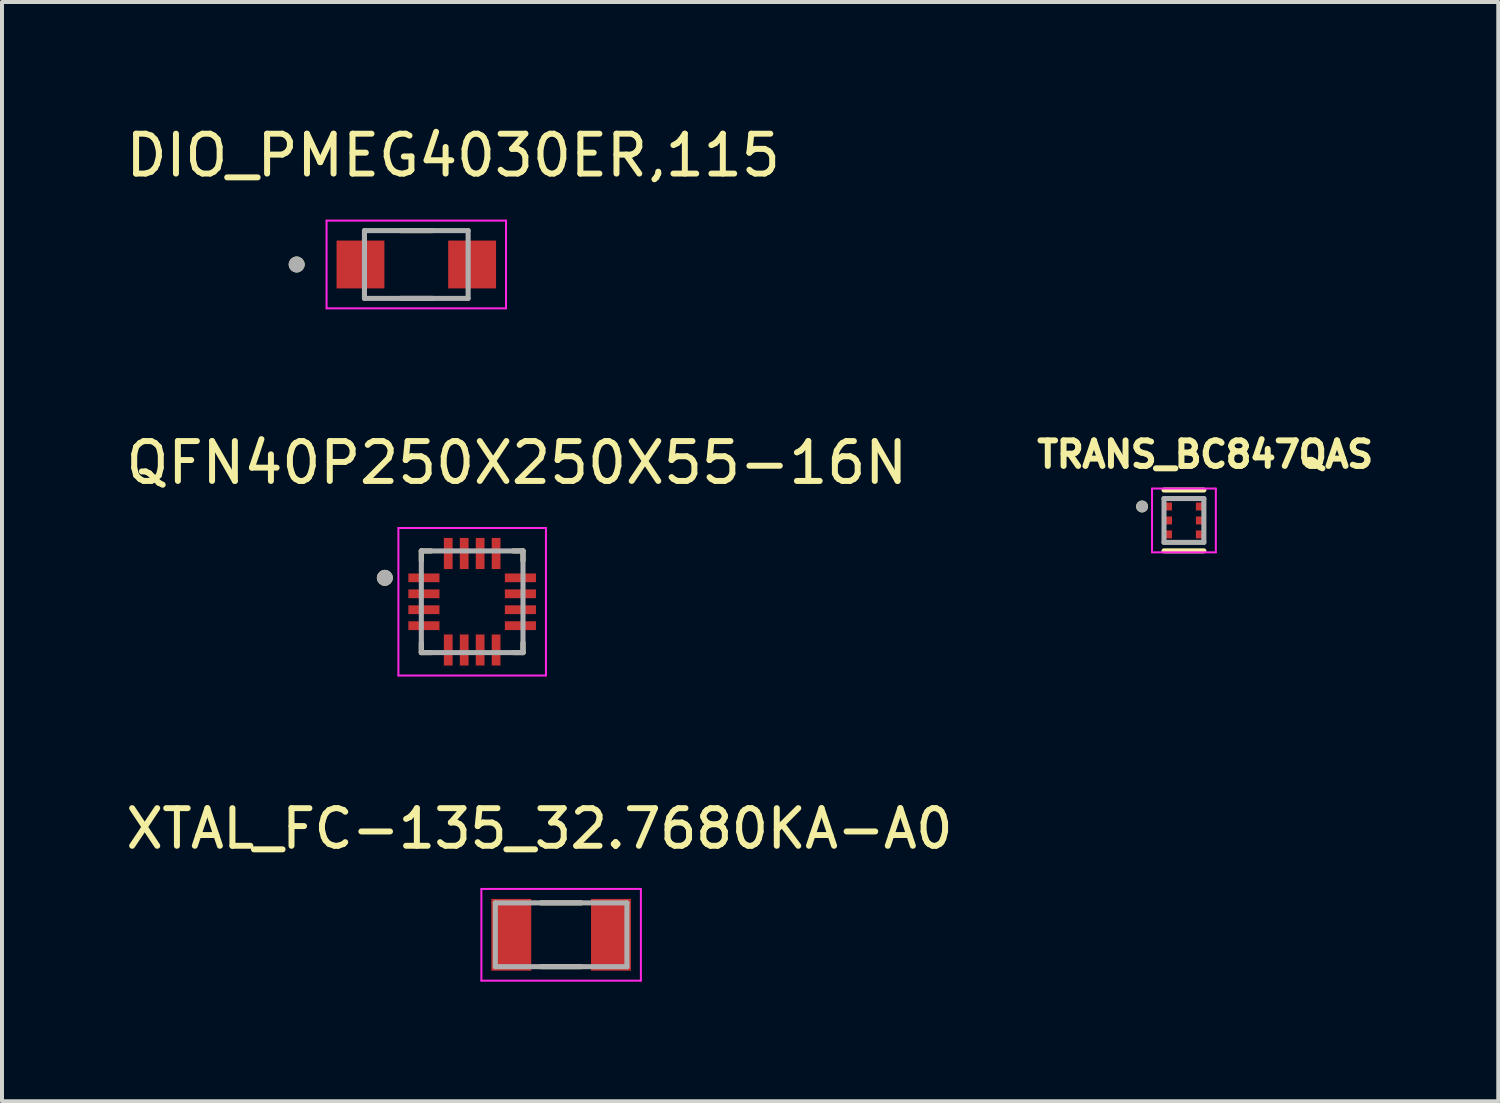
<source format=kicad_pcb>
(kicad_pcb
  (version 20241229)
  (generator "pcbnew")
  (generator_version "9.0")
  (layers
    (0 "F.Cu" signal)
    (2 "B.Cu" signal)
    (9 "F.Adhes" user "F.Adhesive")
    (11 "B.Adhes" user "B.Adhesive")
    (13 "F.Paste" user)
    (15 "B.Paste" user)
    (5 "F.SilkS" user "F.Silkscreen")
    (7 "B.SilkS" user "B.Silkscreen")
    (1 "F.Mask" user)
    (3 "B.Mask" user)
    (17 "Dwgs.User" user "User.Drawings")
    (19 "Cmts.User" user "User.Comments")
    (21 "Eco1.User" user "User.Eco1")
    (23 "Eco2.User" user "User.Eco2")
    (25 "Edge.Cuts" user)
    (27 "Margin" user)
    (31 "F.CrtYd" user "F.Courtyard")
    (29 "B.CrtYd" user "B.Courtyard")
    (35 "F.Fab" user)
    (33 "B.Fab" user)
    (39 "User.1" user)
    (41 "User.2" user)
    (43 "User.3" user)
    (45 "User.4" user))
  (footprint "TRANS_BC847QAS"
    (layer "F.Cu")
    (at 26.641 10.002)
    (property "Reference" "TRANS_BC847QAS" (at 0.532 -1.656 0) (layer "F.SilkS") (effects (font (size 0.64 0.64) (thickness 0.15))))
    (attr smd)
    (fp_poly (pts (xy -0.575 -0.525) (xy -0.275 -0.525) (xy -0.275 -0.175) (xy -0.575 -0.175)) (stroke (width 0.01) (type solid)) (fill yes) (layer "F.Mask"))
    (fp_poly (pts (xy -0.575 -0.175) (xy -0.275 -0.175) (xy -0.275 0.175) (xy -0.575 0.175)) (stroke (width 0.01) (type solid)) (fill yes) (layer "F.Mask"))
    (fp_poly (pts (xy -0.575 0.175) (xy -0.275 0.175) (xy -0.275 0.525) (xy -0.575 0.525)) (stroke (width 0.01) (type solid)) (fill yes) (layer "F.Mask"))
    (fp_poly (pts (xy 0.25 -0.5) (xy 0.6 -0.5) (xy 0.6 -0.2) (xy 0.25 -0.2)) (stroke (width 0.01) (type solid)) (fill yes) (layer "F.Mask"))
    (fp_poly (pts (xy 0.25 -0.15) (xy 0.6 -0.15) (xy 0.6 0.15) (xy 0.25 0.15)) (stroke (width 0.01) (type solid)) (fill yes) (layer "F.Mask"))
    (fp_poly (pts (xy 0.25 0.2) (xy 0.6 0.2) (xy 0.6 0.5) (xy 0.25 0.5)) (stroke (width 0.01) (type solid)) (fill yes) (layer "F.Mask"))
    (fp_line (start 0.5 -0.763) (end -0.5 -0.763) (stroke (width 0.127) (type solid)) (layer "F.SilkS"))
    (fp_line (start 0.5 0.763) (end -0.5 0.763) (stroke (width 0.127) (type solid)) (layer "F.SilkS"))
    (fp_circle (center -1.05 -0.35) (end -0.975 -0.35) (stroke (width 0.15) (type solid)) (fill no) (layer "F.SilkS"))
    (fp_poly (pts (xy -0.525 -0.525) (xy -0.325 -0.525) (xy -0.325 -0.175) (xy -0.525 -0.175)) (stroke (width 0.01) (type solid)) (fill yes) (layer "F.Paste"))
    (fp_poly (pts (xy -0.525 -0.175) (xy -0.325 -0.175) (xy -0.325 0.175) (xy -0.525 0.175)) (stroke (width 0.01) (type solid)) (fill yes) (layer "F.Paste"))
    (fp_poly (pts (xy -0.525 0.175) (xy -0.325 0.175) (xy -0.325 0.525) (xy -0.525 0.525)) (stroke (width 0.01) (type solid)) (fill yes) (layer "F.Paste"))
    (fp_poly (pts (xy 0.25 -0.45) (xy 0.6 -0.45) (xy 0.6 -0.25) (xy 0.25 -0.25)) (stroke (width 0.01) (type solid)) (fill yes) (layer "F.Paste"))
    (fp_poly (pts (xy 0.25 -0.1) (xy 0.6 -0.1) (xy 0.6 0.1) (xy 0.25 0.1)) (stroke (width 0.01) (type solid)) (fill yes) (layer "F.Paste"))
    (fp_poly (pts (xy 0.25 0.25) (xy 0.6 0.25) (xy 0.6 0.45) (xy 0.25 0.45)) (stroke (width 0.01) (type solid)) (fill yes) (layer "F.Paste"))
    (fp_line (start -0.8 -0.8) (end 0.8 -0.8) (stroke (width 0.05) (type solid)) (layer "F.CrtYd"))
    (fp_line (start -0.8 0.8) (end -0.8 -0.8) (stroke (width 0.05) (type solid)) (layer "F.CrtYd"))
    (fp_line (start 0.8 -0.8) (end 0.8 0.8) (stroke (width 0.05) (type solid)) (layer "F.CrtYd"))
    (fp_line (start 0.8 0.8) (end -0.8 0.8) (stroke (width 0.05) (type solid)) (layer "F.CrtYd"))
    (fp_line (start -0.5 -0.55) (end 0.5 -0.55) (stroke (width 0.127) (type solid)) (layer "F.Fab"))
    (fp_line (start -0.5 0.55) (end -0.5 -0.55) (stroke (width 0.127) (type solid)) (layer "F.Fab"))
    (fp_line (start 0.5 -0.55) (end 0.5 0.55) (stroke (width 0.127) (type solid)) (layer "F.Fab"))
    (fp_line (start 0.5 0.55) (end -0.5 0.55) (stroke (width 0.127) (type solid)) (layer "F.Fab"))
    (fp_circle (center -1.05 -0.35) (end -0.975 -0.35) (stroke (width 0.15) (type solid)) (fill no) (layer "F.Fab"))
    (pad "1" smd rect (at -0.425 -0.35 270) (size 0.2 0.25) (layers "F.Cu"))
    (pad "2" smd rect (at -0.425 0 270) (size 0.2 0.25) (layers "F.Cu"))
    (pad "3" smd rect (at -0.425 0.35 270) (size 0.2 0.25) (layers "F.Cu"))
    (pad "4" smd rect (at 0.425 0.35 90) (size 0.2 0.25) (layers "F.Cu"))
    (pad "5" smd rect (at 0.425 0 90) (size 0.2 0.25) (layers "F.Cu"))
    (pad "6" smd rect (at 0.425 -0.35 90) (size 0.2 0.25) (layers "F.Cu")))
  (footprint "QFN40P250X250X55-16N"
    (layer "F.Cu")
    (at 8.791 12.041)
    (property "Reference" "QFN40P250X250X55-16N" (at 1.12 -3.485 0) (layer "F.SilkS") (effects (font (size 1 1) (thickness 0.15))))
    (attr smd)
    (fp_line (start -1.275 -1.275) (end -1.275 -1.03) (stroke (width 0.127) (type solid)) (layer "F.SilkS"))
    (fp_line (start -1.275 -1.275) (end -1.03 -1.275) (stroke (width 0.127) (type solid)) (layer "F.SilkS"))
    (fp_line (start -1.275 1.275) (end -1.275 1.03) (stroke (width 0.127) (type solid)) (layer "F.SilkS"))
    (fp_line (start -1.275 1.275) (end -1.03 1.275) (stroke (width 0.127) (type solid)) (layer "F.SilkS"))
    (fp_line (start 1.275 -1.275) (end 1.03 -1.275) (stroke (width 0.127) (type solid)) (layer "F.SilkS"))
    (fp_line (start 1.275 -1.275) (end 1.275 -1.03) (stroke (width 0.127) (type solid)) (layer "F.SilkS"))
    (fp_line (start 1.275 1.275) (end 1.03 1.275) (stroke (width 0.127) (type solid)) (layer "F.SilkS"))
    (fp_line (start 1.275 1.275) (end 1.275 1.03) (stroke (width 0.127) (type solid)) (layer "F.SilkS"))
    (fp_circle (center -2.19 -0.6) (end -2.09 -0.6) (stroke (width 0.2) (type solid)) (fill no) (layer "F.SilkS"))
    (fp_line (start -1.85 -1.85) (end 1.85 -1.85) (stroke (width 0.05) (type solid)) (layer "F.CrtYd"))
    (fp_line (start -1.85 1.85) (end -1.85 -1.85) (stroke (width 0.05) (type solid)) (layer "F.CrtYd"))
    (fp_line (start -1.85 1.85) (end 1.85 1.85) (stroke (width 0.05) (type solid)) (layer "F.CrtYd"))
    (fp_line (start 1.85 1.85) (end 1.85 -1.85) (stroke (width 0.05) (type solid)) (layer "F.CrtYd"))
    (fp_line (start -1.275 1.275) (end -1.275 -1.275) (stroke (width 0.127) (type solid)) (layer "F.Fab"))
    (fp_line (start 1.275 -1.275) (end -1.275 -1.275) (stroke (width 0.127) (type solid)) (layer "F.Fab"))
    (fp_line (start 1.275 1.275) (end -1.275 1.275) (stroke (width 0.127) (type solid)) (layer "F.Fab"))
    (fp_line (start 1.275 1.275) (end 1.275 -1.275) (stroke (width 0.127) (type solid)) (layer "F.Fab"))
    (fp_circle (center -2.19 -0.6) (end -2.09 -0.6) (stroke (width 0.2) (type solid)) (fill no) (layer "F.Fab"))
    (pad "1" smd roundrect (at -1.21 -0.6) (size 0.78 0.22) (layers "F.Cu" "F.Mask" "F.Paste") (roundrect_rratio 0.03))
    (pad "2" smd roundrect (at -1.21 -0.2) (size 0.78 0.22) (layers "F.Cu" "F.Mask" "F.Paste") (roundrect_rratio 0.03))
    (pad "3" smd roundrect (at -1.21 0.2) (size 0.78 0.22) (layers "F.Cu" "F.Mask" "F.Paste") (roundrect_rratio 0.03))
    (pad "4" smd roundrect (at -1.21 0.6) (size 0.78 0.22) (layers "F.Cu" "F.Mask" "F.Paste") (roundrect_rratio 0.03))
    (pad "5" smd roundrect (at -0.6 1.21 90) (size 0.78 0.22) (layers "F.Cu" "F.Mask" "F.Paste") (roundrect_rratio 0.03))
    (pad "6" smd roundrect (at -0.2 1.21 90) (size 0.78 0.22) (layers "F.Cu" "F.Mask" "F.Paste") (roundrect_rratio 0.03))
    (pad "7" smd roundrect (at 0.2 1.21 90) (size 0.78 0.22) (layers "F.Cu" "F.Mask" "F.Paste") (roundrect_rratio 0.03))
    (pad "8" smd roundrect (at 0.6 1.21 90) (size 0.78 0.22) (layers "F.Cu" "F.Mask" "F.Paste") (roundrect_rratio 0.03))
    (pad "9" smd roundrect (at 1.21 0.6) (size 0.78 0.22) (layers "F.Cu" "F.Mask" "F.Paste") (roundrect_rratio 0.03))
    (pad "10" smd roundrect (at 1.21 0.2) (size 0.78 0.22) (layers "F.Cu" "F.Mask" "F.Paste") (roundrect_rratio 0.03))
    (pad "11" smd roundrect (at 1.21 -0.2) (size 0.78 0.22) (layers "F.Cu" "F.Mask" "F.Paste") (roundrect_rratio 0.03))
    (pad "12" smd roundrect (at 1.21 -0.6) (size 0.78 0.22) (layers "F.Cu" "F.Mask" "F.Paste") (roundrect_rratio 0.03))
    (pad "13" smd roundrect (at 0.6 -1.21 90) (size 0.78 0.22) (layers "F.Cu" "F.Mask" "F.Paste") (roundrect_rratio 0.03))
    (pad "14" smd roundrect (at 0.2 -1.21 90) (size 0.78 0.22) (layers "F.Cu" "F.Mask" "F.Paste") (roundrect_rratio 0.03))
    (pad "15" smd roundrect (at -0.2 -1.21 90) (size 0.78 0.22) (layers "F.Cu" "F.Mask" "F.Paste") (roundrect_rratio 0.03))
    (pad "16" smd roundrect (at -0.6 -1.21 90) (size 0.78 0.22) (layers "F.Cu" "F.Mask" "F.Paste") (roundrect_rratio 0.03)))
  (footprint "DIO_PMEG4030ER,115"
    (layer "F.Cu")
    (at 7.39 3.583)
    (property "Reference" "DIO_PMEG4030ER,115" (at 0.925 -2.735 0) (layer "F.SilkS") (effects (font (size 1 1) (thickness 0.15))))
    (attr smd)
    (fp_line (start -0.4 -0.85) (end 0.4 -0.85) (stroke (width 0.127) (type solid)) (layer "F.SilkS"))
    (fp_line (start -0.4 0.85) (end 0.4 0.85) (stroke (width 0.127) (type solid)) (layer "F.SilkS"))
    (fp_circle (center -3 0) (end -2.9 0) (stroke (width 0.2) (type solid)) (fill no) (layer "F.SilkS"))
    (fp_poly (pts (xy -1.95 -0.55) (xy -0.85 -0.55) (xy -0.85 0.55) (xy -1.95 0.55)) (stroke (width 0.01) (type solid)) (fill yes) (layer "F.Paste"))
    (fp_poly (pts (xy 0.85 -0.55) (xy 1.95 -0.55) (xy 1.95 0.55) (xy 0.85 0.55)) (stroke (width 0.01) (type solid)) (fill yes) (layer "F.Paste"))
    (fp_line (start -2.25 -1.1) (end -2.25 1.1) (stroke (width 0.05) (type solid)) (layer "F.CrtYd"))
    (fp_line (start -2.25 1.1) (end 2.25 1.1) (stroke (width 0.05) (type solid)) (layer "F.CrtYd"))
    (fp_line (start 2.25 -1.1) (end -2.25 -1.1) (stroke (width 0.05) (type solid)) (layer "F.CrtYd"))
    (fp_line (start 2.25 1.1) (end 2.25 -1.1) (stroke (width 0.05) (type solid)) (layer "F.CrtYd"))
    (fp_line (start -1.3 -0.85) (end 1.3 -0.85) (stroke (width 0.127) (type solid)) (layer "F.Fab"))
    (fp_line (start -1.3 0.85) (end -1.3 -0.85) (stroke (width 0.127) (type solid)) (layer "F.Fab"))
    (fp_line (start 1.3 -0.85) (end 1.3 0.85) (stroke (width 0.127) (type solid)) (layer "F.Fab"))
    (fp_line (start 1.3 0.85) (end -1.3 0.85) (stroke (width 0.127) (type solid)) (layer "F.Fab"))
    (fp_circle (center -3 0) (end -2.9 0) (stroke (width 0.2) (type solid)) (fill no) (layer "F.Fab"))
    (pad "1" smd rect (at -1.4 0) (size 1.2 1.2) (layers "F.Cu" "F.Mask"))
    (pad "2" smd rect (at 1.4 0) (size 1.2 1.2) (layers "F.Cu" "F.Mask")))
  (footprint "XTAL_FC-135_32.7680KA-A0"
    (layer "F.Cu")
    (at 11.022 20.393)
    (property "Reference" "XTAL_FC-135_32.7680KA-A0" (at -0.542 -2.661 0) (layer "F.SilkS") (effects (font (size 0.943 0.943) (thickness 0.15))))
    (attr smd)
    (fp_line (start -0.5 -0.8) (end 0.5 -0.8) (stroke (width 0.127) (type solid)) (layer "F.SilkS"))
    (fp_line (start -0.5 0.8) (end 0.5 0.8) (stroke (width 0.127) (type solid)) (layer "F.SilkS"))
    (fp_line (start -2 -1.15) (end -2 1.15) (stroke (width 0.05) (type solid)) (layer "F.CrtYd"))
    (fp_line (start -2 1.15) (end 2 1.15) (stroke (width 0.05) (type solid)) (layer "F.CrtYd"))
    (fp_line (start 2 -1.15) (end -2 -1.15) (stroke (width 0.05) (type solid)) (layer "F.CrtYd"))
    (fp_line (start 2 1.15) (end 2 -1.15) (stroke (width 0.05) (type solid)) (layer "F.CrtYd"))
    (fp_line (start -1.65 -0.8) (end 1.65 -0.8) (stroke (width 0.127) (type solid)) (layer "F.Fab"))
    (fp_line (start -1.65 0.8) (end -1.65 -0.8) (stroke (width 0.127) (type solid)) (layer "F.Fab"))
    (fp_line (start 1.65 -0.8) (end 1.65 0.8) (stroke (width 0.127) (type solid)) (layer "F.Fab"))
    (fp_line (start 1.65 0.8) (end -1.65 0.8) (stroke (width 0.127) (type solid)) (layer "F.Fab"))
    (pad "1" smd rect (at -1.25 0) (size 1 1.8) (layers "F.Cu" "F.Mask" "F.Paste"))
    (pad "2" smd rect (at 1.25 0) (size 1 1.8) (layers "F.Cu" "F.Mask" "F.Paste")))
  (gr_rect
    (start -3 -3)
    (end 34.524 24.568)
    (stroke (width 0.1) (type default))
    (fill no)
    (layer "Edge.Cuts")))
</source>
